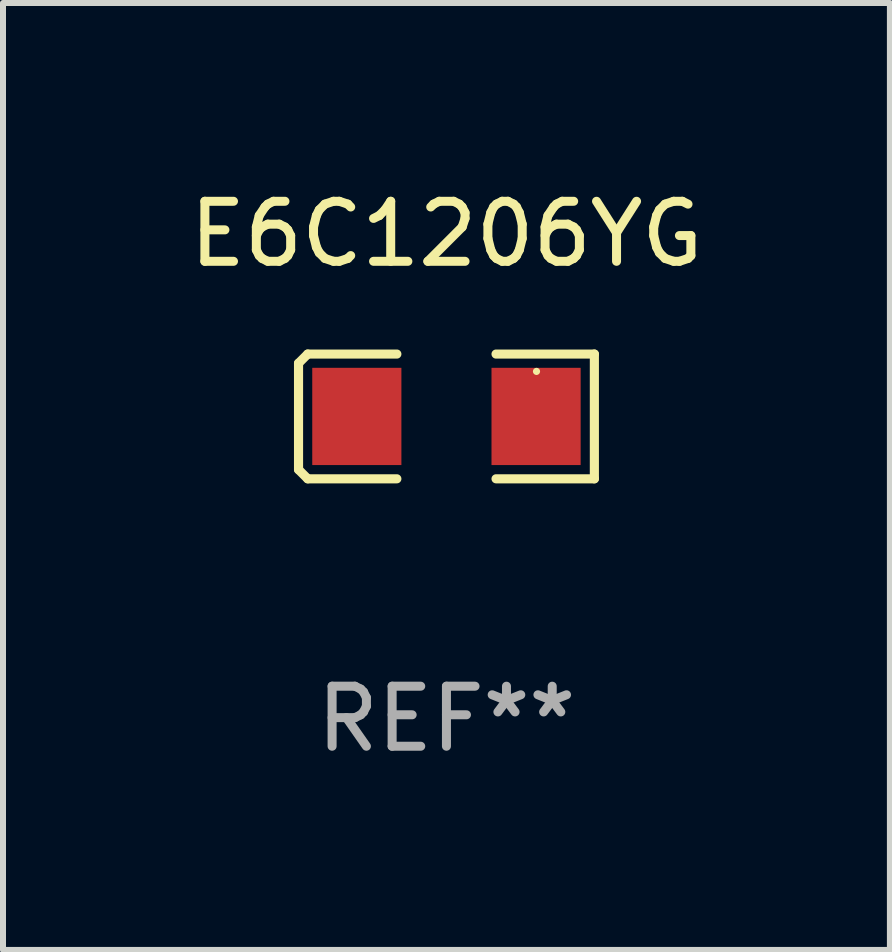
<source format=kicad_pcb>
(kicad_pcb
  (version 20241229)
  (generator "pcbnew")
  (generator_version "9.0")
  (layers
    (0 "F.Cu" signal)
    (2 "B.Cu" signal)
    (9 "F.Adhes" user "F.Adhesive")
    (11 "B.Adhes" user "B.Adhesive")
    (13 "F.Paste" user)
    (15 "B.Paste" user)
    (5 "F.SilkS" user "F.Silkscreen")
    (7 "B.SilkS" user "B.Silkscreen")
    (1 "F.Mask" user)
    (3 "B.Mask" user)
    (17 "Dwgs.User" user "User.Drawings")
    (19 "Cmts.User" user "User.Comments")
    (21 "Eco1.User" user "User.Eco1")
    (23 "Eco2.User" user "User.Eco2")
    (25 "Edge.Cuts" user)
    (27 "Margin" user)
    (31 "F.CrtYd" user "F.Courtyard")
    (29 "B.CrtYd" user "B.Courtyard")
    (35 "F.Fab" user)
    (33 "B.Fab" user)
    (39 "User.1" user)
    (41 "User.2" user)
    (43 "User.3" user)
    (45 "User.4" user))
  (footprint "E6C1206YG"
    (layer "F.Cu")
    (at 4.387 3.887)
    (property "Reference" "E6C1206YG" (at 0 -3.039 0) (layer "F.SilkS") (effects (font (size 1 1) (thickness 0.15))))
    (attr through_hole)
    (fp_line (start -2.464 -0.886) (end -2.311 -1.039) (stroke (width 0.152) (type solid)) (layer "F.SilkS"))
    (fp_line (start -2.464 0.886) (end -2.464 -0.886) (stroke (width 0.152) (type solid)) (layer "F.SilkS"))
    (fp_line (start -2.311 -1.039) (end -0.826 -1.039) (stroke (width 0.152) (type solid)) (layer "F.SilkS"))
    (fp_line (start -2.311 1.039) (end -2.464 0.886) (stroke (width 0.152) (type solid)) (layer "F.SilkS"))
    (fp_line (start -0.826 1.039) (end -2.311 1.039) (stroke (width 0.152) (type solid)) (layer "F.SilkS"))
    (fp_line (start 0.826 1.039) (end 2.464 1.039) (stroke (width 0.152) (type solid)) (layer "F.SilkS"))
    (fp_line (start 2.464 -1.039) (end 0.826 -1.039) (stroke (width 0.152) (type solid)) (layer "F.SilkS"))
    (fp_line (start 2.464 1.039) (end 2.464 -1.039) (stroke (width 0.152) (type solid)) (layer "F.SilkS"))
    (fp_circle (center 1.5 -0.75) (end 1.53 -0.75) (stroke (width 0.06) (type solid)) (fill no) (layer "F.SilkS"))
    (fp_text user "REF**" (at 0 5.039 0) (layer "F.Fab") (effects (font (size 1 1) (thickness 0.15))))
    (pad "1" smd rect (at 1.493 0) (size 1.485 1.62) (layers "F.Cu" "F.Mask" "F.Paste"))
    (pad "2" smd rect (at -1.493 0) (size 1.485 1.62) (layers "F.Cu" "F.Mask" "F.Paste")))
  (gr_rect
    (start -3 -3)
    (end 11.774 12.774)
    (stroke (width 0.1) (type default))
    (fill no)
    (layer "Edge.Cuts")))
</source>
